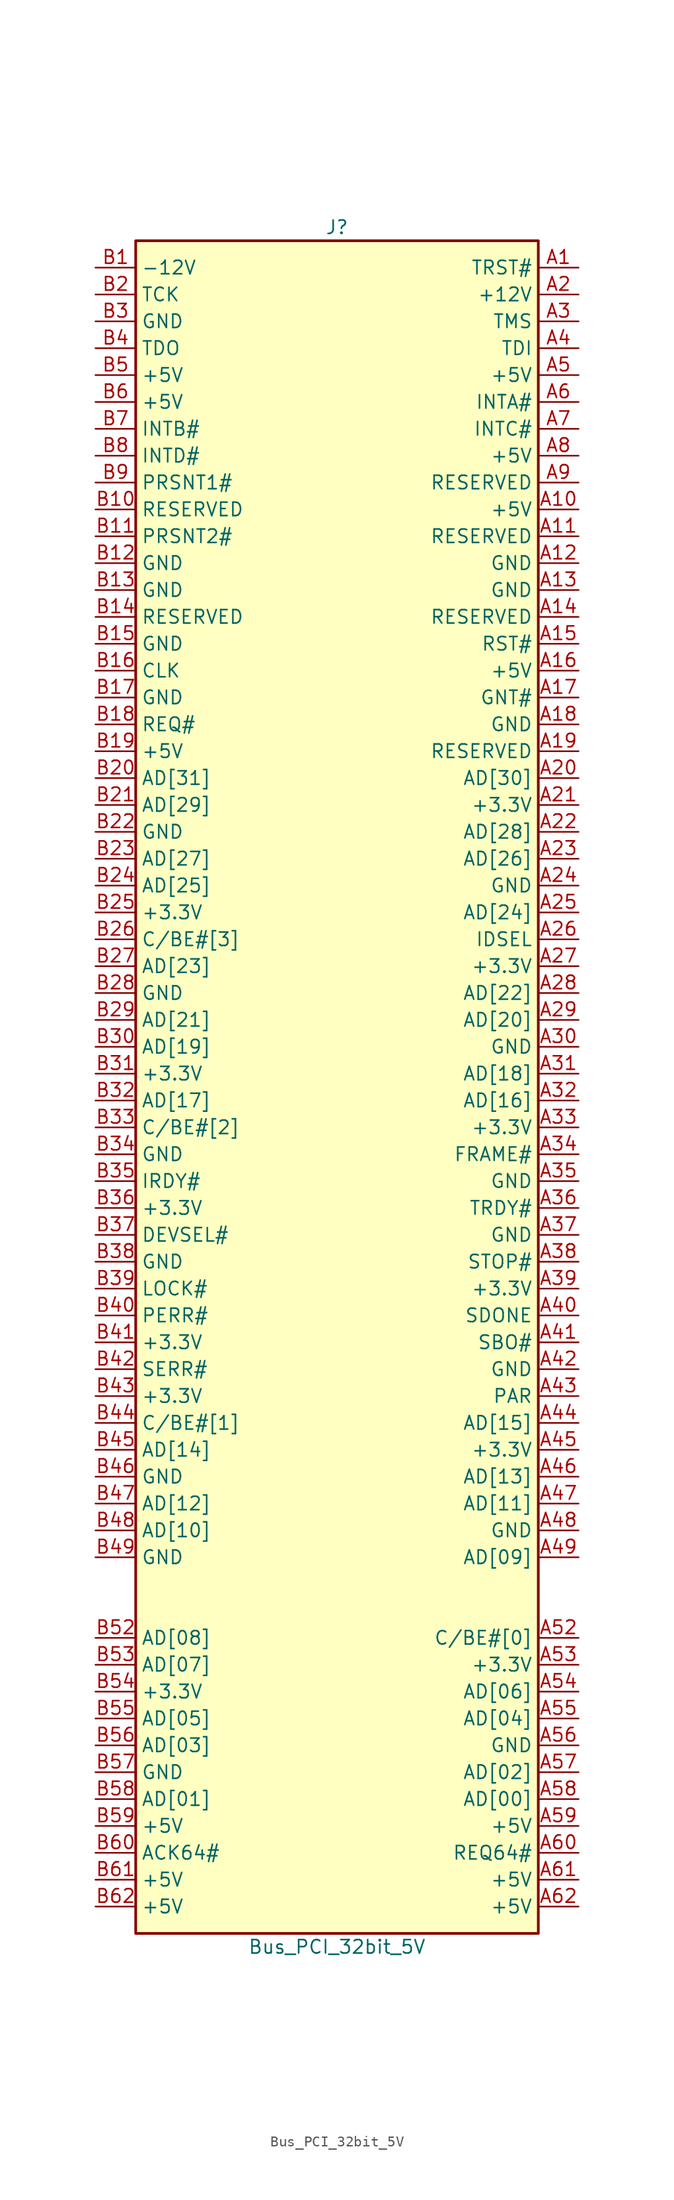
<source format=kicad_sym>
(kicad_symbol_lib
  (version 20201005)
  (generator kicad_symbol_editor)
  (symbol "Bus_PCI_32bit_5V"
    (property "Reference" "J"
      (at 0 80.01 0)
      (effects (font (size 1.27 1.27))))
    (property "Value" "Bus_PCI_32bit_5V"
      (at 0 -82.55 0)
      (effects (font (size 1.27 1.27))))
    (symbol "Bus_PCI_32bit_5V_0_1"
      (rectangle (start -19.05 -81.28) (end 19.05 78.74) (stroke (width 0.254)) (fill (type background))))
    (symbol "Bus_PCI_32bit_5V_1_1"
      (pin output line (at 22.86 76.2 180) (length 3.81) (name "TRST#" (effects (font (size 1.27 1.27)))) (number "A1" (effects (font (size 1.27 1.27)))))
      (pin power_in line (at 22.86 53.34 180) (length 3.81) (name "+5V" (effects (font (size 1.27 1.27)))) (number "A10" (effects (font (size 1.27 1.27)))))
      (pin passive line (at 22.86 50.8 180) (length 3.81) (name "RESERVED" (effects (font (size 1.27 1.27)))) (number "A11" (effects (font (size 1.27 1.27)))))
      (pin power_in line (at 22.86 48.26 180) (length 3.81) (name "GND" (effects (font (size 1.27 1.27)))) (number "A12" (effects (font (size 1.27 1.27)))))
      (pin power_in line (at 22.86 45.72 180) (length 3.81) (name "GND" (effects (font (size 1.27 1.27)))) (number "A13" (effects (font (size 1.27 1.27)))))
      (pin passive line (at 22.86 43.18 180) (length 3.81) (name "RESERVED" (effects (font (size 1.27 1.27)))) (number "A14" (effects (font (size 1.27 1.27)))))
      (pin output line (at 22.86 40.64 180) (length 3.81) (name "RST#" (effects (font (size 1.27 1.27)))) (number "A15" (effects (font (size 1.27 1.27)))))
      (pin power_in line (at 22.86 38.1 180) (length 3.81) (name "+5V" (effects (font (size 1.27 1.27)))) (number "A16" (effects (font (size 1.27 1.27)))))
      (pin bidirectional line (at 22.86 35.56 180) (length 3.81) (name "GNT#" (effects (font (size 1.27 1.27)))) (number "A17" (effects (font (size 1.27 1.27)))))
      (pin power_in line (at 22.86 33.02 180) (length 3.81) (name "GND" (effects (font (size 1.27 1.27)))) (number "A18" (effects (font (size 1.27 1.27)))))
      (pin passive line (at 22.86 30.48 180) (length 3.81) (name "RESERVED" (effects (font (size 1.27 1.27)))) (number "A19" (effects (font (size 1.27 1.27)))))
      (pin power_in line (at 22.86 73.66 180) (length 3.81) (name "+12V" (effects (font (size 1.27 1.27)))) (number "A2" (effects (font (size 1.27 1.27)))))
      (pin bidirectional line (at 22.86 27.94 180) (length 3.81) (name "AD[30]" (effects (font (size 1.27 1.27)))) (number "A20" (effects (font (size 1.27 1.27)))))
      (pin power_in line (at 22.86 25.4 180) (length 3.81) (name "+3.3V" (effects (font (size 1.27 1.27)))) (number "A21" (effects (font (size 1.27 1.27)))))
      (pin bidirectional line (at 22.86 22.86 180) (length 3.81) (name "AD[28]" (effects (font (size 1.27 1.27)))) (number "A22" (effects (font (size 1.27 1.27)))))
      (pin bidirectional line (at 22.86 20.32 180) (length 3.81) (name "AD[26]" (effects (font (size 1.27 1.27)))) (number "A23" (effects (font (size 1.27 1.27)))))
      (pin power_in line (at 22.86 17.78 180) (length 3.81) (name "GND" (effects (font (size 1.27 1.27)))) (number "A24" (effects (font (size 1.27 1.27)))))
      (pin bidirectional line (at 22.86 15.24 180) (length 3.81) (name "AD[24]" (effects (font (size 1.27 1.27)))) (number "A25" (effects (font (size 1.27 1.27)))))
      (pin output line (at 22.86 12.7 180) (length 3.81) (name "IDSEL" (effects (font (size 1.27 1.27)))) (number "A26" (effects (font (size 1.27 1.27)))))
      (pin power_in line (at 22.86 10.16 180) (length 3.81) (name "+3.3V" (effects (font (size 1.27 1.27)))) (number "A27" (effects (font (size 1.27 1.27)))))
      (pin bidirectional line (at 22.86 7.62 180) (length 3.81) (name "AD[22]" (effects (font (size 1.27 1.27)))) (number "A28" (effects (font (size 1.27 1.27)))))
      (pin bidirectional line (at 22.86 5.08 180) (length 3.81) (name "AD[20]" (effects (font (size 1.27 1.27)))) (number "A29" (effects (font (size 1.27 1.27)))))
      (pin output line (at 22.86 71.12 180) (length 3.81) (name "TMS" (effects (font (size 1.27 1.27)))) (number "A3" (effects (font (size 1.27 1.27)))))
      (pin power_in line (at 22.86 2.54 180) (length 3.81) (name "GND" (effects (font (size 1.27 1.27)))) (number "A30" (effects (font (size 1.27 1.27)))))
      (pin bidirectional line (at 22.86 0 180) (length 3.81) (name "AD[18]" (effects (font (size 1.27 1.27)))) (number "A31" (effects (font (size 1.27 1.27)))))
      (pin bidirectional line (at 22.86 -2.54 180) (length 3.81) (name "AD[16]" (effects (font (size 1.27 1.27)))) (number "A32" (effects (font (size 1.27 1.27)))))
      (pin power_in line (at 22.86 -5.08 180) (length 3.81) (name "+3.3V" (effects (font (size 1.27 1.27)))) (number "A33" (effects (font (size 1.27 1.27)))))
      (pin bidirectional line (at 22.86 -7.62 180) (length 3.81) (name "FRAME#" (effects (font (size 1.27 1.27)))) (number "A34" (effects (font (size 1.27 1.27)))))
      (pin power_in line (at 22.86 -10.16 180) (length 3.81) (name "GND" (effects (font (size 1.27 1.27)))) (number "A35" (effects (font (size 1.27 1.27)))))
      (pin bidirectional line (at 22.86 -12.7 180) (length 3.81) (name "TRDY#" (effects (font (size 1.27 1.27)))) (number "A36" (effects (font (size 1.27 1.27)))))
      (pin power_in line (at 22.86 -15.24 180) (length 3.81) (name "GND" (effects (font (size 1.27 1.27)))) (number "A37" (effects (font (size 1.27 1.27)))))
      (pin bidirectional line (at 22.86 -17.78 180) (length 3.81) (name "STOP#" (effects (font (size 1.27 1.27)))) (number "A38" (effects (font (size 1.27 1.27)))))
      (pin power_in line (at 22.86 -20.32 180) (length 3.81) (name "+3.3V" (effects (font (size 1.27 1.27)))) (number "A39" (effects (font (size 1.27 1.27)))))
      (pin output line (at 22.86 68.58 180) (length 3.81) (name "TDI" (effects (font (size 1.27 1.27)))) (number "A4" (effects (font (size 1.27 1.27)))))
      (pin bidirectional line (at 22.86 -22.86 180) (length 3.81) (name "SDONE" (effects (font (size 1.27 1.27)))) (number "A40" (effects (font (size 1.27 1.27)))))
      (pin bidirectional line (at 22.86 -25.4 180) (length 3.81) (name "SBO#" (effects (font (size 1.27 1.27)))) (number "A41" (effects (font (size 1.27 1.27)))))
      (pin power_in line (at 22.86 -27.94 180) (length 3.81) (name "GND" (effects (font (size 1.27 1.27)))) (number "A42" (effects (font (size 1.27 1.27)))))
      (pin bidirectional line (at 22.86 -30.48 180) (length 3.81) (name "PAR" (effects (font (size 1.27 1.27)))) (number "A43" (effects (font (size 1.27 1.27)))))
      (pin bidirectional line (at 22.86 -33.02 180) (length 3.81) (name "AD[15]" (effects (font (size 1.27 1.27)))) (number "A44" (effects (font (size 1.27 1.27)))))
      (pin power_in line (at 22.86 -35.56 180) (length 3.81) (name "+3.3V" (effects (font (size 1.27 1.27)))) (number "A45" (effects (font (size 1.27 1.27)))))
      (pin bidirectional line (at 22.86 -38.1 180) (length 3.81) (name "AD[13]" (effects (font (size 1.27 1.27)))) (number "A46" (effects (font (size 1.27 1.27)))))
      (pin bidirectional line (at 22.86 -40.64 180) (length 3.81) (name "AD[11]" (effects (font (size 1.27 1.27)))) (number "A47" (effects (font (size 1.27 1.27)))))
      (pin power_in line (at 22.86 -43.18 180) (length 3.81) (name "GND" (effects (font (size 1.27 1.27)))) (number "A48" (effects (font (size 1.27 1.27)))))
      (pin bidirectional line (at 22.86 -45.72 180) (length 3.81) (name "AD[09]" (effects (font (size 1.27 1.27)))) (number "A49" (effects (font (size 1.27 1.27)))))
      (pin power_in line (at 22.86 66.04 180) (length 3.81) (name "+5V" (effects (font (size 1.27 1.27)))) (number "A5" (effects (font (size 1.27 1.27)))))
      (pin bidirectional line (at 22.86 -53.34 180) (length 3.81) (name "C/BE#[0]" (effects (font (size 1.27 1.27)))) (number "A52" (effects (font (size 1.27 1.27)))))
      (pin power_in line (at 22.86 -55.88 180) (length 3.81) (name "+3.3V" (effects (font (size 1.27 1.27)))) (number "A53" (effects (font (size 1.27 1.27)))))
      (pin bidirectional line (at 22.86 -58.42 180) (length 3.81) (name "AD[06]" (effects (font (size 1.27 1.27)))) (number "A54" (effects (font (size 1.27 1.27)))))
      (pin bidirectional line (at 22.86 -60.96 180) (length 3.81) (name "AD[04]" (effects (font (size 1.27 1.27)))) (number "A55" (effects (font (size 1.27 1.27)))))
      (pin power_in line (at 22.86 -63.5 180) (length 3.81) (name "GND" (effects (font (size 1.27 1.27)))) (number "A56" (effects (font (size 1.27 1.27)))))
      (pin bidirectional line (at 22.86 -66.04 180) (length 3.81) (name "AD[02]" (effects (font (size 1.27 1.27)))) (number "A57" (effects (font (size 1.27 1.27)))))
      (pin bidirectional line (at 22.86 -68.58 180) (length 3.81) (name "AD[00]" (effects (font (size 1.27 1.27)))) (number "A58" (effects (font (size 1.27 1.27)))))
      (pin power_in line (at 22.86 -71.12 180) (length 3.81) (name "+5V" (effects (font (size 1.27 1.27)))) (number "A59" (effects (font (size 1.27 1.27)))))
      (pin input line (at 22.86 63.5 180) (length 3.81) (name "INTA#" (effects (font (size 1.27 1.27)))) (number "A6" (effects (font (size 1.27 1.27)))))
      (pin bidirectional line (at 22.86 -73.66 180) (length 3.81) (name "REQ64#" (effects (font (size 1.27 1.27)))) (number "A60" (effects (font (size 1.27 1.27)))))
      (pin power_in line (at 22.86 -76.2 180) (length 3.81) (name "+5V" (effects (font (size 1.27 1.27)))) (number "A61" (effects (font (size 1.27 1.27)))))
      (pin power_in line (at 22.86 -78.74 180) (length 3.81) (name "+5V" (effects (font (size 1.27 1.27)))) (number "A62" (effects (font (size 1.27 1.27)))))
      (pin input line (at 22.86 60.96 180) (length 3.81) (name "INTC#" (effects (font (size 1.27 1.27)))) (number "A7" (effects (font (size 1.27 1.27)))))
      (pin power_in line (at 22.86 58.42 180) (length 3.81) (name "+5V" (effects (font (size 1.27 1.27)))) (number "A8" (effects (font (size 1.27 1.27)))))
      (pin passive line (at 22.86 55.88 180) (length 3.81) (name "RESERVED" (effects (font (size 1.27 1.27)))) (number "A9" (effects (font (size 1.27 1.27)))))
      (pin power_in line (at -22.86 76.2 0) (length 3.81) (name "-12V" (effects (font (size 1.27 1.27)))) (number "B1" (effects (font (size 1.27 1.27)))))
      (pin passive line (at -22.86 53.34 0) (length 3.81) (name "RESERVED" (effects (font (size 1.27 1.27)))) (number "B10" (effects (font (size 1.27 1.27)))))
      (pin input line (at -22.86 50.8 0) (length 3.81) (name "PRSNT2#" (effects (font (size 1.27 1.27)))) (number "B11" (effects (font (size 1.27 1.27)))))
      (pin power_in line (at -22.86 48.26 0) (length 3.81) (name "GND" (effects (font (size 1.27 1.27)))) (number "B12" (effects (font (size 1.27 1.27)))))
      (pin power_in line (at -22.86 45.72 0) (length 3.81) (name "GND" (effects (font (size 1.27 1.27)))) (number "B13" (effects (font (size 1.27 1.27)))))
      (pin passive line (at -22.86 43.18 0) (length 3.81) (name "RESERVED" (effects (font (size 1.27 1.27)))) (number "B14" (effects (font (size 1.27 1.27)))))
      (pin power_in line (at -22.86 40.64 0) (length 3.81) (name "GND" (effects (font (size 1.27 1.27)))) (number "B15" (effects (font (size 1.27 1.27)))))
      (pin output line (at -22.86 38.1 0) (length 3.81) (name "CLK" (effects (font (size 1.27 1.27)))) (number "B16" (effects (font (size 1.27 1.27)))))
      (pin power_in line (at -22.86 35.56 0) (length 3.81) (name "GND" (effects (font (size 1.27 1.27)))) (number "B17" (effects (font (size 1.27 1.27)))))
      (pin bidirectional line (at -22.86 33.02 0) (length 3.81) (name "REQ#" (effects (font (size 1.27 1.27)))) (number "B18" (effects (font (size 1.27 1.27)))))
      (pin power_in line (at -22.86 30.48 0) (length 3.81) (name "+5V" (effects (font (size 1.27 1.27)))) (number "B19" (effects (font (size 1.27 1.27)))))
      (pin output line (at -22.86 73.66 0) (length 3.81) (name "TCK" (effects (font (size 1.27 1.27)))) (number "B2" (effects (font (size 1.27 1.27)))))
      (pin bidirectional line (at -22.86 27.94 0) (length 3.81) (name "AD[31]" (effects (font (size 1.27 1.27)))) (number "B20" (effects (font (size 1.27 1.27)))))
      (pin bidirectional line (at -22.86 25.4 0) (length 3.81) (name "AD[29]" (effects (font (size 1.27 1.27)))) (number "B21" (effects (font (size 1.27 1.27)))))
      (pin power_in line (at -22.86 22.86 0) (length 3.81) (name "GND" (effects (font (size 1.27 1.27)))) (number "B22" (effects (font (size 1.27 1.27)))))
      (pin bidirectional line (at -22.86 20.32 0) (length 3.81) (name "AD[27]" (effects (font (size 1.27 1.27)))) (number "B23" (effects (font (size 1.27 1.27)))))
      (pin bidirectional line (at -22.86 17.78 0) (length 3.81) (name "AD[25]" (effects (font (size 1.27 1.27)))) (number "B24" (effects (font (size 1.27 1.27)))))
      (pin power_in line (at -22.86 15.24 0) (length 3.81) (name "+3.3V" (effects (font (size 1.27 1.27)))) (number "B25" (effects (font (size 1.27 1.27)))))
      (pin bidirectional line (at -22.86 12.7 0) (length 3.81) (name "C/BE#[3]" (effects (font (size 1.27 1.27)))) (number "B26" (effects (font (size 1.27 1.27)))))
      (pin bidirectional line (at -22.86 10.16 0) (length 3.81) (name "AD[23]" (effects (font (size 1.27 1.27)))) (number "B27" (effects (font (size 1.27 1.27)))))
      (pin power_in line (at -22.86 7.62 0) (length 3.81) (name "GND" (effects (font (size 1.27 1.27)))) (number "B28" (effects (font (size 1.27 1.27)))))
      (pin bidirectional line (at -22.86 5.08 0) (length 3.81) (name "AD[21]" (effects (font (size 1.27 1.27)))) (number "B29" (effects (font (size 1.27 1.27)))))
      (pin power_in line (at -22.86 71.12 0) (length 3.81) (name "GND" (effects (font (size 1.27 1.27)))) (number "B3" (effects (font (size 1.27 1.27)))))
      (pin bidirectional line (at -22.86 2.54 0) (length 3.81) (name "AD[19]" (effects (font (size 1.27 1.27)))) (number "B30" (effects (font (size 1.27 1.27)))))
      (pin power_in line (at -22.86 0 0) (length 3.81) (name "+3.3V" (effects (font (size 1.27 1.27)))) (number "B31" (effects (font (size 1.27 1.27)))))
      (pin bidirectional line (at -22.86 -2.54 0) (length 3.81) (name "AD[17]" (effects (font (size 1.27 1.27)))) (number "B32" (effects (font (size 1.27 1.27)))))
      (pin bidirectional line (at -22.86 -5.08 0) (length 3.81) (name "C/BE#[2]" (effects (font (size 1.27 1.27)))) (number "B33" (effects (font (size 1.27 1.27)))))
      (pin power_in line (at -22.86 -7.62 0) (length 3.81) (name "GND" (effects (font (size 1.27 1.27)))) (number "B34" (effects (font (size 1.27 1.27)))))
      (pin bidirectional line (at -22.86 -10.16 0) (length 3.81) (name "IRDY#" (effects (font (size 1.27 1.27)))) (number "B35" (effects (font (size 1.27 1.27)))))
      (pin power_in line (at -22.86 -12.7 0) (length 3.81) (name "+3.3V" (effects (font (size 1.27 1.27)))) (number "B36" (effects (font (size 1.27 1.27)))))
      (pin bidirectional line (at -22.86 -15.24 0) (length 3.81) (name "DEVSEL#" (effects (font (size 1.27 1.27)))) (number "B37" (effects (font (size 1.27 1.27)))))
      (pin power_in line (at -22.86 -17.78 0) (length 3.81) (name "GND" (effects (font (size 1.27 1.27)))) (number "B38" (effects (font (size 1.27 1.27)))))
      (pin bidirectional line (at -22.86 -20.32 0) (length 3.81) (name "LOCK#" (effects (font (size 1.27 1.27)))) (number "B39" (effects (font (size 1.27 1.27)))))
      (pin input line (at -22.86 68.58 0) (length 3.81) (name "TDO" (effects (font (size 1.27 1.27)))) (number "B4" (effects (font (size 1.27 1.27)))))
      (pin bidirectional line (at -22.86 -22.86 0) (length 3.81) (name "PERR#" (effects (font (size 1.27 1.27)))) (number "B40" (effects (font (size 1.27 1.27)))))
      (pin power_in line (at -22.86 -25.4 0) (length 3.81) (name "+3.3V" (effects (font (size 1.27 1.27)))) (number "B41" (effects (font (size 1.27 1.27)))))
      (pin input line (at -22.86 -27.94 0) (length 3.81) (name "SERR#" (effects (font (size 1.27 1.27)))) (number "B42" (effects (font (size 1.27 1.27)))))
      (pin power_in line (at -22.86 -30.48 0) (length 3.81) (name "+3.3V" (effects (font (size 1.27 1.27)))) (number "B43" (effects (font (size 1.27 1.27)))))
      (pin bidirectional line (at -22.86 -33.02 0) (length 3.81) (name "C/BE#[1]" (effects (font (size 1.27 1.27)))) (number "B44" (effects (font (size 1.27 1.27)))))
      (pin bidirectional line (at -22.86 -35.56 0) (length 3.81) (name "AD[14]" (effects (font (size 1.27 1.27)))) (number "B45" (effects (font (size 1.27 1.27)))))
      (pin power_in line (at -22.86 -38.1 0) (length 3.81) (name "GND" (effects (font (size 1.27 1.27)))) (number "B46" (effects (font (size 1.27 1.27)))))
      (pin bidirectional line (at -22.86 -40.64 0) (length 3.81) (name "AD[12]" (effects (font (size 1.27 1.27)))) (number "B47" (effects (font (size 1.27 1.27)))))
      (pin bidirectional line (at -22.86 -43.18 0) (length 3.81) (name "AD[10]" (effects (font (size 1.27 1.27)))) (number "B48" (effects (font (size 1.27 1.27)))))
      (pin power_in line (at -22.86 -45.72 0) (length 3.81) (name "GND" (effects (font (size 1.27 1.27)))) (number "B49" (effects (font (size 1.27 1.27)))))
      (pin power_in line (at -22.86 66.04 0) (length 3.81) (name "+5V" (effects (font (size 1.27 1.27)))) (number "B5" (effects (font (size 1.27 1.27)))))
      (pin bidirectional line (at -22.86 -53.34 0) (length 3.81) (name "AD[08]" (effects (font (size 1.27 1.27)))) (number "B52" (effects (font (size 1.27 1.27)))))
      (pin bidirectional line (at -22.86 -55.88 0) (length 3.81) (name "AD[07]" (effects (font (size 1.27 1.27)))) (number "B53" (effects (font (size 1.27 1.27)))))
      (pin input line (at -22.86 -58.42 0) (length 3.81) (name "+3.3V" (effects (font (size 1.27 1.27)))) (number "B54" (effects (font (size 1.27 1.27)))))
      (pin bidirectional line (at -22.86 -60.96 0) (length 3.81) (name "AD[05]" (effects (font (size 1.27 1.27)))) (number "B55" (effects (font (size 1.27 1.27)))))
      (pin bidirectional line (at -22.86 -63.5 0) (length 3.81) (name "AD[03]" (effects (font (size 1.27 1.27)))) (number "B56" (effects (font (size 1.27 1.27)))))
      (pin power_in line (at -22.86 -66.04 0) (length 3.81) (name "GND" (effects (font (size 1.27 1.27)))) (number "B57" (effects (font (size 1.27 1.27)))))
      (pin bidirectional line (at -22.86 -68.58 0) (length 3.81) (name "AD[01]" (effects (font (size 1.27 1.27)))) (number "B58" (effects (font (size 1.27 1.27)))))
      (pin power_in line (at -22.86 -71.12 0) (length 3.81) (name "+5V" (effects (font (size 1.27 1.27)))) (number "B59" (effects (font (size 1.27 1.27)))))
      (pin power_in line (at -22.86 63.5 0) (length 3.81) (name "+5V" (effects (font (size 1.27 1.27)))) (number "B6" (effects (font (size 1.27 1.27)))))
      (pin bidirectional line (at -22.86 -73.66 0) (length 3.81) (name "ACK64#" (effects (font (size 1.27 1.27)))) (number "B60" (effects (font (size 1.27 1.27)))))
      (pin power_in line (at -22.86 -76.2 0) (length 3.81) (name "+5V" (effects (font (size 1.27 1.27)))) (number "B61" (effects (font (size 1.27 1.27)))))
      (pin power_in line (at -22.86 -78.74 0) (length 3.81) (name "+5V" (effects (font (size 1.27 1.27)))) (number "B62" (effects (font (size 1.27 1.27)))))
      (pin input line (at -22.86 60.96 0) (length 3.81) (name "INTB#" (effects (font (size 1.27 1.27)))) (number "B7" (effects (font (size 1.27 1.27)))))
      (pin input line (at -22.86 58.42 0) (length 3.81) (name "INTD#" (effects (font (size 1.27 1.27)))) (number "B8" (effects (font (size 1.27 1.27)))))
      (pin input line (at -22.86 55.88 0) (length 3.81) (name "PRSNT1#" (effects (font (size 1.27 1.27)))) (number "B9" (effects (font (size 1.27 1.27))))))))
</source>
